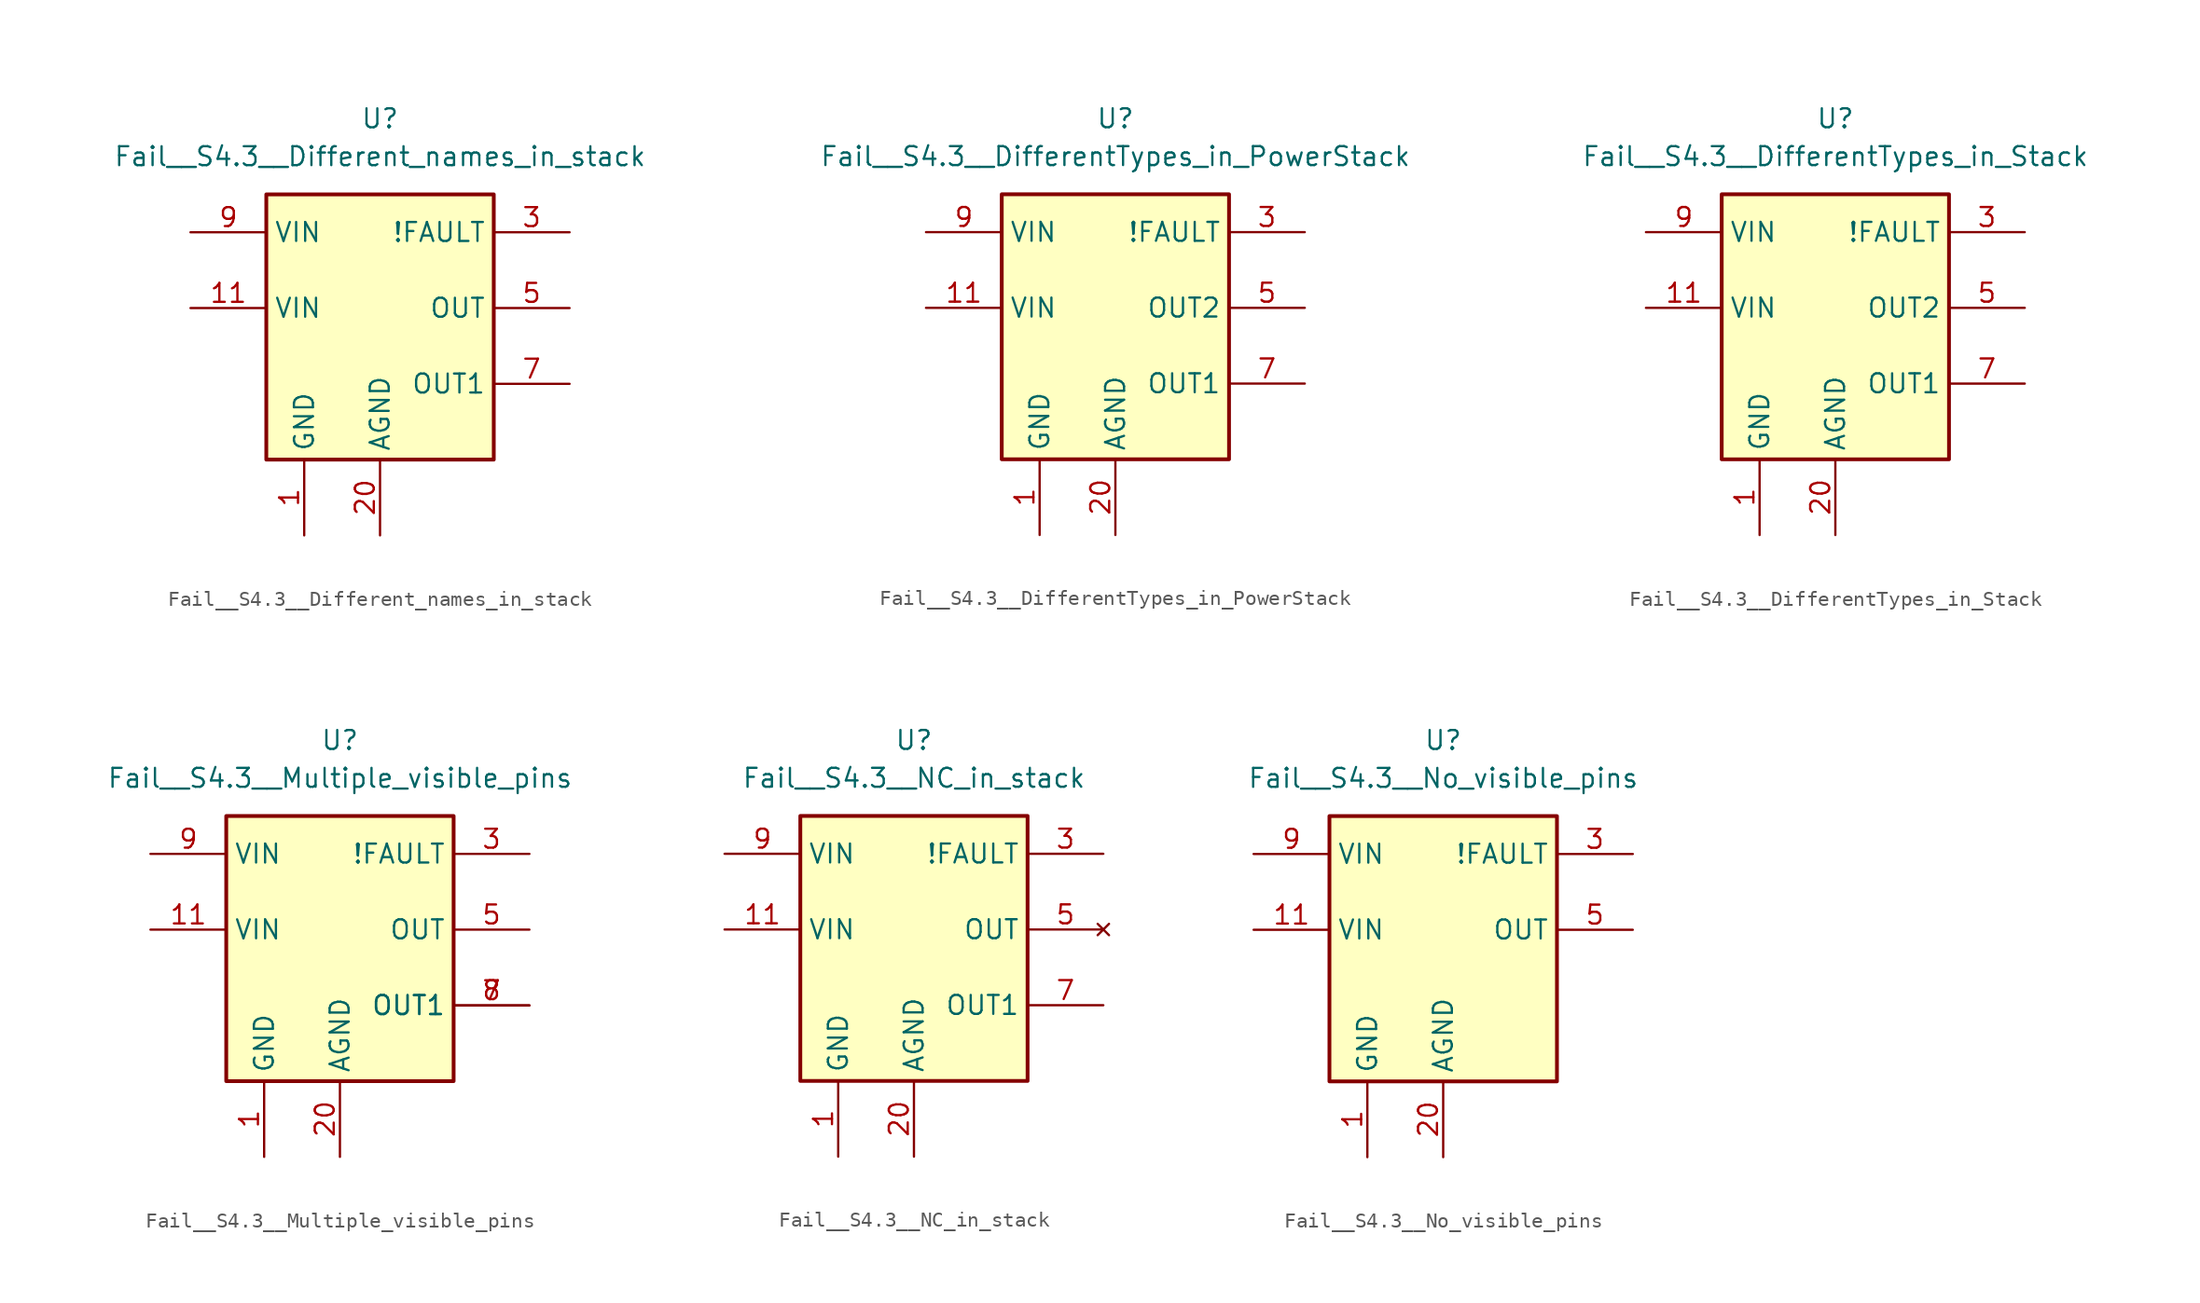
<source format=kicad_sym>
(kicad_symbol_lib
  (version 20231120)
  (generator "kicad_symbol_editor")
  (generator_version "8.0")
  (symbol "Fail__S4.3__Different_names_in_stack"
    (property "Reference" "U"
      (at 0 12.7 0)
      (effects (font (size 1.27 1.27))))
    (property "Value" "Fail__S4.3__Different_names_in_stack"
      (at 0 10.16 0)
      (effects (font (size 1.27 1.27))))
    (symbol "Fail__S4.3__Different_names_in_stack_0_1"
      (rectangle (start -7.62 7.62) (end 7.62 -10.16) (stroke (width 0.254) (type default)) (fill (type background))))
    (symbol "Fail__S4.3__Different_names_in_stack_1_1"
      (pin power_in line (at -5.08 -15.24 90) (length 5.08) (name "GND" (effects (font (size 1.27 1.27)))) (number "1" (effects (font (size 1.27 1.27)))))
      (pin power_in line (at -12.7 5.08 0) (length 5.08) hide (name "VIN" (effects (font (size 1.27 1.27)))) (number "10" (effects (font (size 1.27 1.27)))))
      (pin power_in line (at -12.7 0 0) (length 5.08) (name "VIN" (effects (font (size 1.27 1.27)))) (number "11" (effects (font (size 1.27 1.27)))))
      (pin passive line (at -12.7 0 0) (length 5.08) hide (name "VIN" (effects (font (size 1.27 1.27)))) (number "12" (effects (font (size 1.27 1.27)))))
      (pin passive line (at -5.08 -15.24 90) (length 5.08) hide (name "GND" (effects (font (size 1.27 1.27)))) (number "2" (effects (font (size 1.27 1.27)))))
      (pin power_in line (at 0 -15.24 90) (length 5.08) (name "AGND" (effects (font (size 1.27 1.27)))) (number "20" (effects (font (size 1.27 1.27)))))
      (pin passive line (at 0 -15.24 90) (length 5.08) hide (name "AGND" (effects (font (size 1.27 1.27)))) (number "21" (effects (font (size 1.27 1.27)))))
      (pin passive line (at 0 -15.24 90) (length 5.08) hide (name "AGND" (effects (font (size 1.27 1.27)))) (number "22" (effects (font (size 1.27 1.27)))))
      (pin open_collector line (at 12.7 5.08 180) (length 5.08) (name "!FAULT" (effects (font (size 1.27 1.27)))) (number "3" (effects (font (size 1.27 1.27)))))
      (pin open_collector line (at 12.7 5.08 180) (length 5.08) hide (name "!FAULT" (effects (font (size 1.27 1.27)))) (number "4" (effects (font (size 1.27 1.27)))))
      (pin output line (at 12.7 0 180) (length 5.08) (name "OUT" (effects (font (size 1.27 1.27)))) (number "5" (effects (font (size 1.27 1.27)))))
      (pin output line (at 12.7 0 180) (length 5.08) hide (name "OUT2" (effects (font (size 1.27 1.27)))) (number "6" (effects (font (size 1.27 1.27)))))
      (pin output line (at 12.7 -5.08 180) (length 5.08) (name "OUT1" (effects (font (size 1.27 1.27)))) (number "7" (effects (font (size 1.27 1.27)))))
      (pin passive line (at 12.7 -5.08 180) (length 5.08) hide (name "OUT1" (effects (font (size 1.27 1.27)))) (number "8" (effects (font (size 1.27 1.27)))))
      (pin power_in line (at -12.7 5.08 0) (length 5.08) (name "VIN" (effects (font (size 1.27 1.27)))) (number "9" (effects (font (size 1.27 1.27)))))))
  (symbol "Fail__S4.3__DifferentTypes_in_PowerStack"
    (property "Reference" "U"
      (at 0 12.7 0)
      (effects (font (size 1.27 1.27))))
    (property "Value" "Fail__S4.3__DifferentTypes_in_PowerStack"
      (at 0 10.16 0)
      (effects (font (size 1.27 1.27))))
    (symbol "Fail__S4.3__DifferentTypes_in_PowerStack_0_1"
      (rectangle (start -7.62 7.62) (end 7.62 -10.16) (stroke (width 0.254) (type default)) (fill (type background))))
    (symbol "Fail__S4.3__DifferentTypes_in_PowerStack_1_1"
      (pin power_in line (at -5.08 -15.24 90) (length 5.08) (name "GND" (effects (font (size 1.27 1.27)))) (number "1" (effects (font (size 1.27 1.27)))))
      (pin power_in line (at -12.7 5.08 0) (length 5.08) hide (name "VIN" (effects (font (size 1.27 1.27)))) (number "10" (effects (font (size 1.27 1.27)))))
      (pin power_in line (at -12.7 0 0) (length 5.08) (name "VIN" (effects (font (size 1.27 1.27)))) (number "11" (effects (font (size 1.27 1.27)))))
      (pin passive line (at -12.7 0 0) (length 5.08) hide (name "VIN" (effects (font (size 1.27 1.27)))) (number "12" (effects (font (size 1.27 1.27)))))
      (pin passive line (at -5.08 -15.24 90) (length 5.08) hide (name "GND" (effects (font (size 1.27 1.27)))) (number "2" (effects (font (size 1.27 1.27)))))
      (pin power_in line (at 0 -15.24 90) (length 5.08) (name "AGND" (effects (font (size 1.27 1.27)))) (number "20" (effects (font (size 1.27 1.27)))))
      (pin passive line (at 0 -15.24 90) (length 5.08) hide (name "AGND" (effects (font (size 1.27 1.27)))) (number "21" (effects (font (size 1.27 1.27)))))
      (pin passive line (at 0 -15.24 90) (length 5.08) hide (name "AGND" (effects (font (size 1.27 1.27)))) (number "22" (effects (font (size 1.27 1.27)))))
      (pin open_collector line (at 12.7 5.08 180) (length 5.08) (name "!FAULT" (effects (font (size 1.27 1.27)))) (number "3" (effects (font (size 1.27 1.27)))))
      (pin open_collector line (at 12.7 5.08 180) (length 5.08) hide (name "!FAULT" (effects (font (size 1.27 1.27)))) (number "4" (effects (font (size 1.27 1.27)))))
      (pin power_out line (at 12.7 0 180) (length 5.08) (name "OUT2" (effects (font (size 1.27 1.27)))) (number "5" (effects (font (size 1.27 1.27)))))
      (pin output line (at 12.7 0 180) (length 5.08) hide (name "OUT2" (effects (font (size 1.27 1.27)))) (number "6" (effects (font (size 1.27 1.27)))))
      (pin output line (at 12.7 -5.08 180) (length 5.08) (name "OUT1" (effects (font (size 1.27 1.27)))) (number "7" (effects (font (size 1.27 1.27)))))
      (pin passive line (at 12.7 -5.08 180) (length 5.08) hide (name "OUT1" (effects (font (size 1.27 1.27)))) (number "8" (effects (font (size 1.27 1.27)))))
      (pin power_in line (at -12.7 5.08 0) (length 5.08) (name "VIN" (effects (font (size 1.27 1.27)))) (number "9" (effects (font (size 1.27 1.27)))))))
  (symbol "Fail__S4.3__DifferentTypes_in_Stack"
    (property "Reference" "U"
      (at 0 12.7 0)
      (effects (font (size 1.27 1.27))))
    (property "Value" "Fail__S4.3__DifferentTypes_in_Stack"
      (at 0 10.16 0)
      (effects (font (size 1.27 1.27))))
    (symbol "Fail__S4.3__DifferentTypes_in_Stack_0_1"
      (rectangle (start -7.62 7.62) (end 7.62 -10.16) (stroke (width 0.254) (type default)) (fill (type background))))
    (symbol "Fail__S4.3__DifferentTypes_in_Stack_1_1"
      (pin power_in line (at -5.08 -15.24 90) (length 5.08) (name "GND" (effects (font (size 1.27 1.27)))) (number "1" (effects (font (size 1.27 1.27)))))
      (pin power_in line (at -12.7 5.08 0) (length 5.08) hide (name "VIN" (effects (font (size 1.27 1.27)))) (number "10" (effects (font (size 1.27 1.27)))))
      (pin power_in line (at -12.7 0 0) (length 5.08) (name "VIN" (effects (font (size 1.27 1.27)))) (number "11" (effects (font (size 1.27 1.27)))))
      (pin passive line (at -12.7 0 0) (length 5.08) hide (name "VIN" (effects (font (size 1.27 1.27)))) (number "12" (effects (font (size 1.27 1.27)))))
      (pin passive line (at -5.08 -15.24 90) (length 5.08) hide (name "GND" (effects (font (size 1.27 1.27)))) (number "2" (effects (font (size 1.27 1.27)))))
      (pin power_in line (at 0 -15.24 90) (length 5.08) (name "AGND" (effects (font (size 1.27 1.27)))) (number "20" (effects (font (size 1.27 1.27)))))
      (pin passive line (at 0 -15.24 90) (length 5.08) hide (name "AGND" (effects (font (size 1.27 1.27)))) (number "21" (effects (font (size 1.27 1.27)))))
      (pin passive line (at 0 -15.24 90) (length 5.08) hide (name "AGND" (effects (font (size 1.27 1.27)))) (number "22" (effects (font (size 1.27 1.27)))))
      (pin open_collector line (at 12.7 5.08 180) (length 5.08) (name "!FAULT" (effects (font (size 1.27 1.27)))) (number "3" (effects (font (size 1.27 1.27)))))
      (pin open_collector line (at 12.7 5.08 180) (length 5.08) hide (name "!FAULT" (effects (font (size 1.27 1.27)))) (number "4" (effects (font (size 1.27 1.27)))))
      (pin power_out line (at 12.7 0 180) (length 5.08) (name "OUT2" (effects (font (size 1.27 1.27)))) (number "5" (effects (font (size 1.27 1.27)))))
      (pin output line (at 12.7 0 180) (length 5.08) hide (name "OUT2" (effects (font (size 1.27 1.27)))) (number "6" (effects (font (size 1.27 1.27)))))
      (pin output line (at 12.7 -5.08 180) (length 5.08) (name "OUT1" (effects (font (size 1.27 1.27)))) (number "7" (effects (font (size 1.27 1.27)))))
      (pin input line (at 12.7 -5.08 180) (length 5.08) hide (name "OUT1" (effects (font (size 1.27 1.27)))) (number "8" (effects (font (size 1.27 1.27)))))
      (pin power_in line (at -12.7 5.08 0) (length 5.08) (name "VIN" (effects (font (size 1.27 1.27)))) (number "9" (effects (font (size 1.27 1.27)))))))
  (symbol "Fail__S4.3__Multiple_visible_pins"
    (property "Reference" "U"
      (at 0 12.7 0)
      (effects (font (size 1.27 1.27))))
    (property "Value" "Fail__S4.3__Multiple_visible_pins"
      (at 0 10.16 0)
      (effects (font (size 1.27 1.27))))
    (symbol "Fail__S4.3__Multiple_visible_pins_0_1"
      (rectangle (start -7.62 7.62) (end 7.62 -10.16) (stroke (width 0.254) (type default)) (fill (type background))))
    (symbol "Fail__S4.3__Multiple_visible_pins_1_1"
      (pin power_in line (at -5.08 -15.24 90) (length 5.08) (name "GND" (effects (font (size 1.27 1.27)))) (number "1" (effects (font (size 1.27 1.27)))))
      (pin power_in line (at -12.7 5.08 0) (length 5.08) hide (name "VIN" (effects (font (size 1.27 1.27)))) (number "10" (effects (font (size 1.27 1.27)))))
      (pin power_in line (at -12.7 0 0) (length 5.08) (name "VIN" (effects (font (size 1.27 1.27)))) (number "11" (effects (font (size 1.27 1.27)))))
      (pin passive line (at -12.7 0 0) (length 5.08) hide (name "VIN" (effects (font (size 1.27 1.27)))) (number "12" (effects (font (size 1.27 1.27)))))
      (pin passive line (at -5.08 -15.24 90) (length 5.08) hide (name "GND" (effects (font (size 1.27 1.27)))) (number "2" (effects (font (size 1.27 1.27)))))
      (pin power_in line (at 0 -15.24 90) (length 5.08) (name "AGND" (effects (font (size 1.27 1.27)))) (number "20" (effects (font (size 1.27 1.27)))))
      (pin passive line (at 0 -15.24 90) (length 5.08) hide (name "AGND" (effects (font (size 1.27 1.27)))) (number "21" (effects (font (size 1.27 1.27)))))
      (pin passive line (at 0 -15.24 90) (length 5.08) hide (name "AGND" (effects (font (size 1.27 1.27)))) (number "22" (effects (font (size 1.27 1.27)))))
      (pin open_collector line (at 12.7 5.08 180) (length 5.08) (name "!FAULT" (effects (font (size 1.27 1.27)))) (number "3" (effects (font (size 1.27 1.27)))))
      (pin open_collector line (at 12.7 5.08 180) (length 5.08) hide (name "!FAULT" (effects (font (size 1.27 1.27)))) (number "4" (effects (font (size 1.27 1.27)))))
      (pin output line (at 12.7 0 180) (length 5.08) (name "OUT" (effects (font (size 1.27 1.27)))) (number "5" (effects (font (size 1.27 1.27)))))
      (pin output line (at 12.7 0 180) (length 5.08) hide (name "OUT" (effects (font (size 1.27 1.27)))) (number "6" (effects (font (size 1.27 1.27)))))
      (pin output line (at 12.7 -5.08 180) (length 5.08) (name "OUT1" (effects (font (size 1.27 1.27)))) (number "7" (effects (font (size 1.27 1.27)))))
      (pin passive line (at 12.7 -5.08 180) (length 5.08) (name "OUT1" (effects (font (size 1.27 1.27)))) (number "8" (effects (font (size 1.27 1.27)))))
      (pin power_in line (at -12.7 5.08 0) (length 5.08) (name "VIN" (effects (font (size 1.27 1.27)))) (number "9" (effects (font (size 1.27 1.27)))))))
  (symbol "Fail__S4.3__NC_in_stack"
    (property "Reference" "U"
      (at 0 12.7 0)
      (effects (font (size 1.27 1.27))))
    (property "Value" "Fail__S4.3__NC_in_stack"
      (at 0 10.16 0)
      (effects (font (size 1.27 1.27))))
    (symbol "Fail__S4.3__NC_in_stack_0_1"
      (rectangle (start -7.62 7.62) (end 7.62 -10.16) (stroke (width 0.254) (type default)) (fill (type background))))
    (symbol "Fail__S4.3__NC_in_stack_1_1"
      (pin power_in line (at -5.08 -15.24 90) (length 5.08) (name "GND" (effects (font (size 1.27 1.27)))) (number "1" (effects (font (size 1.27 1.27)))))
      (pin power_in line (at -12.7 5.08 0) (length 5.08) hide (name "VIN" (effects (font (size 1.27 1.27)))) (number "10" (effects (font (size 1.27 1.27)))))
      (pin power_in line (at -12.7 0 0) (length 5.08) (name "VIN" (effects (font (size 1.27 1.27)))) (number "11" (effects (font (size 1.27 1.27)))))
      (pin passive line (at -12.7 0 0) (length 5.08) hide (name "VIN" (effects (font (size 1.27 1.27)))) (number "12" (effects (font (size 1.27 1.27)))))
      (pin passive line (at -5.08 -15.24 90) (length 5.08) hide (name "GND" (effects (font (size 1.27 1.27)))) (number "2" (effects (font (size 1.27 1.27)))))
      (pin power_in line (at 0 -15.24 90) (length 5.08) (name "AGND" (effects (font (size 1.27 1.27)))) (number "20" (effects (font (size 1.27 1.27)))))
      (pin passive line (at 0 -15.24 90) (length 5.08) hide (name "AGND" (effects (font (size 1.27 1.27)))) (number "21" (effects (font (size 1.27 1.27)))))
      (pin passive line (at 0 -15.24 90) (length 5.08) hide (name "AGND" (effects (font (size 1.27 1.27)))) (number "22" (effects (font (size 1.27 1.27)))))
      (pin open_collector line (at 12.7 5.08 180) (length 5.08) (name "!FAULT" (effects (font (size 1.27 1.27)))) (number "3" (effects (font (size 1.27 1.27)))))
      (pin open_collector line (at 12.7 5.08 180) (length 5.08) hide (name "!FAULT" (effects (font (size 1.27 1.27)))) (number "4" (effects (font (size 1.27 1.27)))))
      (pin no_connect line (at 12.7 0 180) (length 5.08) (name "OUT" (effects (font (size 1.27 1.27)))) (number "5" (effects (font (size 1.27 1.27)))))
      (pin output line (at 12.7 0 180) (length 5.08) hide (name "OUT" (effects (font (size 1.27 1.27)))) (number "6" (effects (font (size 1.27 1.27)))))
      (pin output line (at 12.7 -5.08 180) (length 5.08) (name "OUT1" (effects (font (size 1.27 1.27)))) (number "7" (effects (font (size 1.27 1.27)))))
      (pin passive line (at 12.7 -5.08 180) (length 5.08) hide (name "OUT1" (effects (font (size 1.27 1.27)))) (number "8" (effects (font (size 1.27 1.27)))))
      (pin power_in line (at -12.7 5.08 0) (length 5.08) (name "VIN" (effects (font (size 1.27 1.27)))) (number "9" (effects (font (size 1.27 1.27)))))))
  (symbol "Fail__S4.3__No_visible_pins"
    (property "Reference" "U"
      (at 0 12.7 0)
      (effects (font (size 1.27 1.27))))
    (property "Value" "Fail__S4.3__No_visible_pins"
      (at 0 10.16 0)
      (effects (font (size 1.27 1.27))))
    (symbol "Fail__S4.3__No_visible_pins_0_1"
      (rectangle (start -7.62 7.62) (end 7.62 -10.16) (stroke (width 0.254) (type default)) (fill (type background))))
    (symbol "Fail__S4.3__No_visible_pins_1_1"
      (pin power_in line (at -5.08 -15.24 90) (length 5.08) (name "GND" (effects (font (size 1.27 1.27)))) (number "1" (effects (font (size 1.27 1.27)))))
      (pin power_in line (at -12.7 5.08 0) (length 5.08) hide (name "VIN" (effects (font (size 1.27 1.27)))) (number "10" (effects (font (size 1.27 1.27)))))
      (pin power_in line (at -12.7 0 0) (length 5.08) (name "VIN" (effects (font (size 1.27 1.27)))) (number "11" (effects (font (size 1.27 1.27)))))
      (pin passive line (at -12.7 0 0) (length 5.08) hide (name "VIN" (effects (font (size 1.27 1.27)))) (number "12" (effects (font (size 1.27 1.27)))))
      (pin passive line (at -5.08 -15.24 90) (length 5.08) hide (name "GND" (effects (font (size 1.27 1.27)))) (number "2" (effects (font (size 1.27 1.27)))))
      (pin power_in line (at 0 -15.24 90) (length 5.08) (name "AGND" (effects (font (size 1.27 1.27)))) (number "20" (effects (font (size 1.27 1.27)))))
      (pin passive line (at 0 -15.24 90) (length 5.08) hide (name "AGND" (effects (font (size 1.27 1.27)))) (number "21" (effects (font (size 1.27 1.27)))))
      (pin passive line (at 0 -15.24 90) (length 5.08) hide (name "AGND" (effects (font (size 1.27 1.27)))) (number "22" (effects (font (size 1.27 1.27)))))
      (pin open_collector line (at 12.7 5.08 180) (length 5.08) (name "!FAULT" (effects (font (size 1.27 1.27)))) (number "3" (effects (font (size 1.27 1.27)))))
      (pin open_collector line (at 12.7 5.08 180) (length 5.08) hide (name "!FAULT" (effects (font (size 1.27 1.27)))) (number "4" (effects (font (size 1.27 1.27)))))
      (pin output line (at 12.7 0 180) (length 5.08) (name "OUT" (effects (font (size 1.27 1.27)))) (number "5" (effects (font (size 1.27 1.27)))))
      (pin output line (at 12.7 0 180) (length 5.08) hide (name "OUT" (effects (font (size 1.27 1.27)))) (number "6" (effects (font (size 1.27 1.27)))))
      (pin output line (at 12.7 -5.08 180) (length 5.08) hide (name "OUT1" (effects (font (size 1.27 1.27)))) (number "7" (effects (font (size 1.27 1.27)))))
      (pin passive line (at 12.7 -5.08 180) (length 5.08) hide (name "OUT1" (effects (font (size 1.27 1.27)))) (number "8" (effects (font (size 1.27 1.27)))))
      (pin power_in line (at -12.7 5.08 0) (length 5.08) (name "VIN" (effects (font (size 1.27 1.27)))) (number "9" (effects (font (size 1.27 1.27))))))))
</source>
